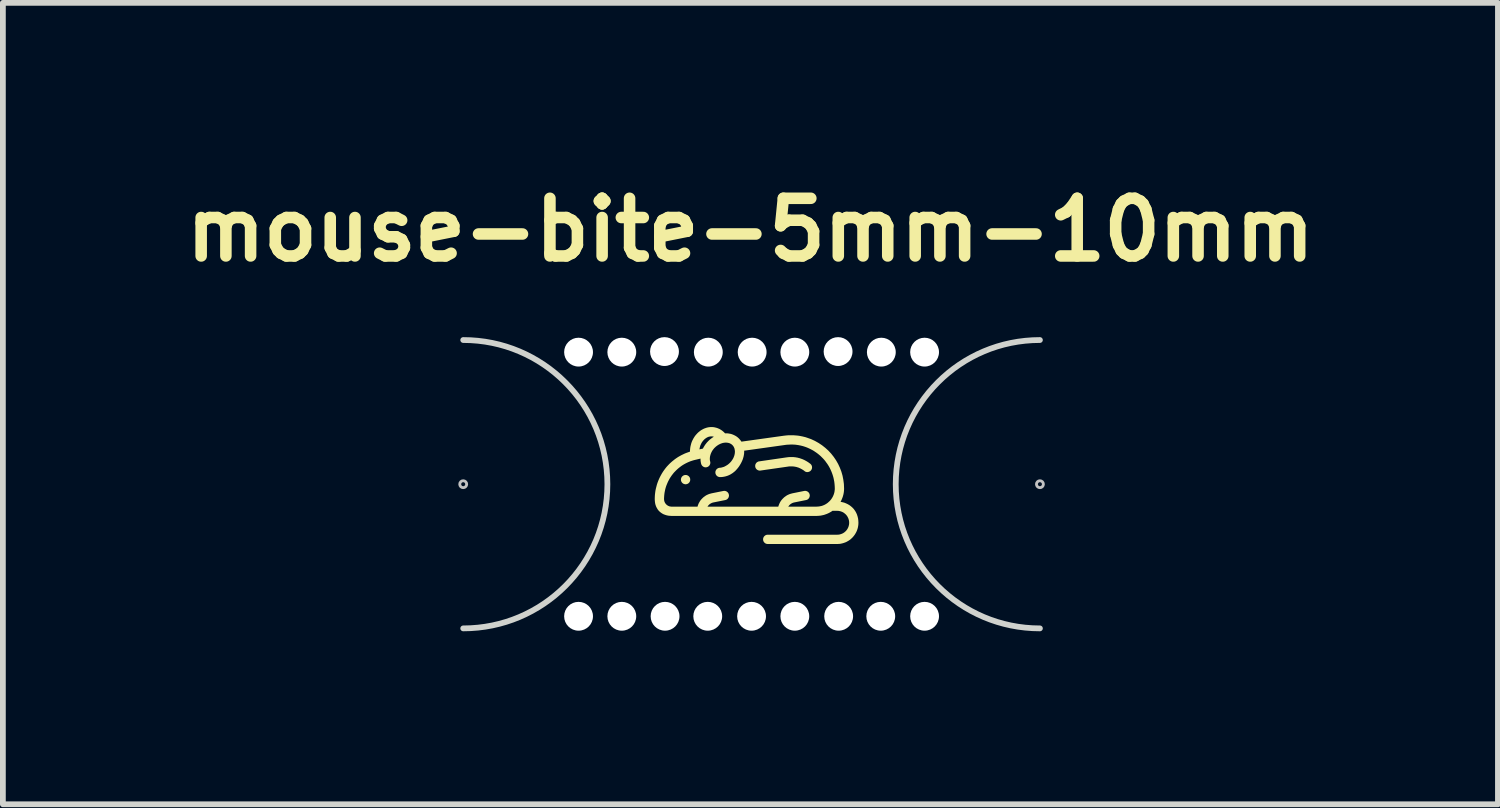
<source format=kicad_pcb>
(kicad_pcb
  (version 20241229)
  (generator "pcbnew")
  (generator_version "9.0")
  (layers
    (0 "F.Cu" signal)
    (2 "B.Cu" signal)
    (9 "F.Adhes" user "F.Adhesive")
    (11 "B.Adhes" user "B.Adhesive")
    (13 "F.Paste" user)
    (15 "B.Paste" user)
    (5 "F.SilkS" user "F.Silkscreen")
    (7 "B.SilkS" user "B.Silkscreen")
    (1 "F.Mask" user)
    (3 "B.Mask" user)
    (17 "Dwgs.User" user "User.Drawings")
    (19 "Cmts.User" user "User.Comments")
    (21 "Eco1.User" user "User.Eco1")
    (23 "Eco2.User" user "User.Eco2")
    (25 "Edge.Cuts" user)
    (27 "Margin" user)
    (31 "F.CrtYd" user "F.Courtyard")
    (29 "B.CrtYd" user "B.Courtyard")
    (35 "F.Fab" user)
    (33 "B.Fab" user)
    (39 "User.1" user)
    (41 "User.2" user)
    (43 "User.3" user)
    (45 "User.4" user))
  (footprint "mouse-bite-5mm-10mm"
    (layer "F.Cu")
    (at 9.982 5.346)
    (property "Reference" "mouse-bite-5mm-10mm" (at -0.02 -4.41 0) (layer "F.SilkS") (effects (font (size 1 1) (thickness 0.2))))
    (attr through_hole)
    (fp_poly (pts (xy -1.14 -0.16) (xy -1.136 -0.16) (xy -1.132 -0.159) (xy -1.128 -0.158) (xy -1.124 -0.158) (xy -1.12 -0.156) (xy -1.116 -0.155) (xy -1.113 -0.154) (xy -1.109 -0.152) (xy -1.106 -0.15) (xy -1.102 -0.148) (xy -1.099 -0.146) (xy -1.096 -0.144) (xy -1.093 -0.142) (xy -1.09 -0.139) (xy -1.087 -0.136) (xy -1.085 -0.134) (xy -1.082 -0.131) (xy -1.08 -0.128) (xy -1.077 -0.125) (xy -1.075 -0.121) (xy -1.073 -0.118) (xy -1.072 -0.114) (xy -1.07 -0.111) (xy -1.068 -0.107) (xy -1.067 -0.103) (xy -1.066 -0.1) (xy -1.065 -0.096) (xy -1.065 -0.092) (xy -1.064 -0.088) (xy -1.064 -0.084) (xy -1.064 -0.08) (xy -1.064 -0.075) (xy -1.064 -0.071) (xy -1.065 -0.067) (xy -1.065 -0.063) (xy -1.066 -0.059) (xy -1.067 -0.056) (xy -1.068 -0.052) (xy -1.07 -0.048) (xy -1.072 -0.045) (xy -1.073 -0.041) (xy -1.075 -0.038) (xy -1.077 -0.035) (xy -1.08 -0.031) (xy -1.082 -0.028) (xy -1.085 -0.025) (xy -1.087 -0.023) (xy -1.09 -0.02) (xy -1.093 -0.017) (xy -1.096 -0.015) (xy -1.099 -0.013) (xy -1.102 -0.011) (xy -1.106 -0.009) (xy -1.109 -0.007) (xy -1.113 -0.005) (xy -1.116 -0.004) (xy -1.12 -0.003) (xy -1.124 -0.002) (xy -1.128 -0.001) (xy -1.132 0.000097) (xy -1.136 0.001) (xy -1.14 0.001) (xy -1.144 0.001) (xy -1.148 0.001) (xy -1.152 0.001) (xy -1.156 0.000097) (xy -1.16 -0.001) (xy -1.164 -0.002) (xy -1.168 -0.003) (xy -1.172 -0.004) (xy -1.175 -0.005) (xy -1.179 -0.007) (xy -1.183 -0.009) (xy -1.186 -0.011) (xy -1.189 -0.013) (xy -1.192 -0.015) (xy -1.195 -0.017) (xy -1.198 -0.02) (xy -1.201 -0.023) (xy -1.204 -0.025) (xy -1.206 -0.028) (xy -1.209 -0.031) (xy -1.211 -0.035) (xy -1.213 -0.038) (xy -1.215 -0.041) (xy -1.217 -0.045) (xy -1.218 -0.048) (xy -1.22 -0.052) (xy -1.221 -0.056) (xy -1.222 -0.059) (xy -1.223 -0.063) (xy -1.224 -0.067) (xy -1.224 -0.071) (xy -1.225 -0.075) (xy -1.225 -0.08) (xy -1.225 -0.084) (xy -1.224 -0.088) (xy -1.224 -0.092) (xy -1.223 -0.096) (xy -1.222 -0.1) (xy -1.221 -0.103) (xy -1.22 -0.107) (xy -1.218 -0.111) (xy -1.217 -0.114) (xy -1.215 -0.118) (xy -1.213 -0.121) (xy -1.211 -0.125) (xy -1.209 -0.128) (xy -1.206 -0.131) (xy -1.204 -0.134) (xy -1.201 -0.136) (xy -1.198 -0.139) (xy -1.195 -0.142) (xy -1.192 -0.144) (xy -1.189 -0.146) (xy -1.186 -0.148) (xy -1.183 -0.15) (xy -1.179 -0.152) (xy -1.175 -0.154) (xy -1.172 -0.155) (xy -1.168 -0.156) (xy -1.164 -0.158) (xy -1.16 -0.158) (xy -1.156 -0.159) (xy -1.152 -0.16) (xy -1.148 -0.16) (xy -1.144 -0.16)) (stroke (width -0.000001) (type solid)) (fill yes) (layer "F.SilkS"))
    (fp_poly (pts (xy 0.699 -0.471) (xy 0.715 -0.471) (xy 0.73 -0.47) (xy 0.745 -0.468) (xy 0.76 -0.467) (xy 0.774 -0.464) (xy 0.789 -0.462) (xy 0.803 -0.459) (xy 0.817 -0.455) (xy 0.831 -0.452) (xy 0.845 -0.447) (xy 0.857 -0.443) (xy 0.868 -0.439) (xy 0.88 -0.435) (xy 0.891 -0.43) (xy 0.903 -0.425) (xy 0.914 -0.42) (xy 0.925 -0.414) (xy 0.936 -0.408) (xy 0.946 -0.403) (xy 0.957 -0.396) (xy 0.968 -0.39) (xy 0.978 -0.383) (xy 0.988 -0.377) (xy 0.998 -0.369) (xy 1.008 -0.362) (xy 1.018 -0.355) (xy 1.021 -0.352) (xy 1.024 -0.349) (xy 1.027 -0.346) (xy 1.03 -0.343) (xy 1.032 -0.34) (xy 1.035 -0.337) (xy 1.037 -0.334) (xy 1.039 -0.33) (xy 1.041 -0.327) (xy 1.042 -0.323) (xy 1.044 -0.32) (xy 1.045 -0.316) (xy 1.046 -0.312) (xy 1.047 -0.308) (xy 1.048 -0.305) (xy 1.048 -0.301) (xy 1.048 -0.297) (xy 1.049 -0.293) (xy 1.049 -0.289) (xy 1.048 -0.285) (xy 1.048 -0.282) (xy 1.047 -0.278) (xy 1.047 -0.274) (xy 1.046 -0.27) (xy 1.045 -0.266) (xy 1.043 -0.263) (xy 1.042 -0.259) (xy 1.04 -0.255) (xy 1.038 -0.252) (xy 1.036 -0.248) (xy 1.034 -0.245) (xy 1.031 -0.241) (xy 1.028 -0.238) (xy 1.025 -0.234) (xy 1.021 -0.231) (xy 1.018 -0.228) (xy 1.014 -0.225) (xy 1.01 -0.223) (xy 1.007 -0.221) (xy 1.003 -0.219) (xy 0.998 -0.217) (xy 0.994 -0.215) (xy 0.99 -0.214) (xy 0.986 -0.213) (xy 0.981 -0.212) (xy 0.977 -0.211) (xy 0.972 -0.211) (xy 0.968 -0.211) (xy 0.963 -0.211) (xy 0.959 -0.211) (xy 0.955 -0.211) (xy 0.952 -0.212) (xy 0.948 -0.213) (xy 0.945 -0.213) (xy 0.942 -0.214) (xy 0.939 -0.215) (xy 0.936 -0.216) (xy 0.934 -0.218) (xy 0.931 -0.219) (xy 0.928 -0.221) (xy 0.926 -0.222) (xy 0.923 -0.224) (xy 0.92 -0.226) (xy 0.918 -0.228) (xy 0.911 -0.234) (xy 0.904 -0.239) (xy 0.897 -0.244) (xy 0.889 -0.249) (xy 0.882 -0.253) (xy 0.875 -0.258) (xy 0.867 -0.262) (xy 0.86 -0.266) (xy 0.852 -0.27) (xy 0.844 -0.274) (xy 0.836 -0.278) (xy 0.828 -0.281) (xy 0.82 -0.285) (xy 0.812 -0.288) (xy 0.804 -0.291) (xy 0.795 -0.293) (xy 0.789 -0.295) (xy 0.783 -0.297) (xy 0.776 -0.299) (xy 0.77 -0.3) (xy 0.757 -0.303) (xy 0.743 -0.305) (xy 0.73 -0.307) (xy 0.716 -0.308) (xy 0.702 -0.309) (xy 0.687 -0.309) (xy 0.675 -0.309) (xy 0.665 -0.309) (xy 0.657 -0.309) (xy 0.651 -0.308) (xy 0.646 -0.308) (xy 0.641 -0.307) (xy 0.629 -0.305) (xy 0.155 -0.237) (xy 0.151 -0.236) (xy 0.147 -0.236) (xy 0.143 -0.236) (xy 0.139 -0.236) (xy 0.135 -0.236) (xy 0.131 -0.237) (xy 0.127 -0.238) (xy 0.123 -0.238) (xy 0.119 -0.24) (xy 0.115 -0.241) (xy 0.112 -0.242) (xy 0.108 -0.244) (xy 0.105 -0.246) (xy 0.101 -0.248) (xy 0.098 -0.25) (xy 0.095 -0.252) (xy 0.092 -0.254) (xy 0.089 -0.257) (xy 0.086 -0.26) (xy 0.084 -0.262) (xy 0.081 -0.265) (xy 0.079 -0.268) (xy 0.076 -0.272) (xy 0.074 -0.275) (xy 0.072 -0.278) (xy 0.071 -0.282) (xy 0.069 -0.285) (xy 0.067 -0.289) (xy 0.066 -0.293) (xy 0.065 -0.297) (xy 0.064 -0.301) (xy 0.064 -0.305) (xy 0.063 -0.309) (xy 0.063 -0.313) (xy 0.063 -0.317) (xy 0.063 -0.321) (xy 0.063 -0.325) (xy 0.064 -0.329) (xy 0.064 -0.333) (xy 0.065 -0.337) (xy 0.066 -0.341) (xy 0.068 -0.344) (xy 0.069 -0.348) (xy 0.071 -0.352) (xy 0.073 -0.355) (xy 0.074 -0.358) (xy 0.077 -0.362) (xy 0.079 -0.365) (xy 0.081 -0.368) (xy 0.084 -0.371) (xy 0.086 -0.374) (xy 0.089 -0.376) (xy 0.092 -0.379) (xy 0.095 -0.381) (xy 0.098 -0.383) (xy 0.102 -0.385) (xy 0.105 -0.387) (xy 0.109 -0.389) (xy 0.112 -0.391) (xy 0.116 -0.392) (xy 0.12 -0.394) (xy 0.124 -0.395) (xy 0.128 -0.396) (xy 0.132 -0.396) (xy 0.606 -0.465) (xy 0.622 -0.467) (xy 0.638 -0.469) (xy 0.653 -0.47) (xy 0.669 -0.471) (xy 0.684 -0.471)) (stroke (width -0.000001) (type solid)) (fill yes) (layer "F.SilkS"))
    (fp_poly (pts (xy -0.669 -0.99) (xy -0.651 -0.988) (xy -0.637 -0.985) (xy -0.624 -0.982) (xy -0.611 -0.979) (xy -0.597 -0.974) (xy -0.584 -0.97) (xy -0.572 -0.964) (xy -0.559 -0.959) (xy -0.547 -0.952) (xy -0.535 -0.945) (xy -0.524 -0.938) (xy -0.512 -0.93) (xy -0.501 -0.921) (xy -0.49 -0.912) (xy -0.48 -0.903) (xy -0.47 -0.893) (xy -0.46 -0.882) (xy -0.447 -0.882) (xy -0.433 -0.882) (xy -0.42 -0.882) (xy -0.407 -0.88) (xy -0.394 -0.879) (xy -0.381 -0.876) (xy -0.368 -0.874) (xy -0.355 -0.871) (xy -0.343 -0.867) (xy -0.331 -0.863) (xy -0.319 -0.858) (xy -0.307 -0.853) (xy -0.295 -0.847) (xy -0.284 -0.841) (xy -0.273 -0.835) (xy -0.262 -0.828) (xy -0.255 -0.823) (xy -0.249 -0.818) (xy -0.243 -0.814) (xy -0.237 -0.809) (xy -0.231 -0.803) (xy -0.225 -0.798) (xy -0.22 -0.793) (xy -0.214 -0.787) (xy -0.209 -0.781) (xy -0.204 -0.775) (xy -0.199 -0.769) (xy -0.194 -0.763) (xy -0.189 -0.757) (xy -0.184 -0.751) (xy -0.18 -0.744) (xy -0.176 -0.738) (xy 0.554 -0.84) (xy 0.58 -0.843) (xy 0.606 -0.846) (xy 0.632 -0.848) (xy 0.658 -0.849) (xy 0.684 -0.849) (xy 0.71 -0.849) (xy 0.736 -0.848) (xy 0.762 -0.846) (xy 0.787 -0.844) (xy 0.813 -0.841) (xy 0.838 -0.837) (xy 0.863 -0.832) (xy 0.888 -0.827) (xy 0.912 -0.821) (xy 0.936 -0.815) (xy 0.96 -0.807) (xy 1.031 -0.782) (xy 1.098 -0.751) (xy 1.162 -0.715) (xy 1.222 -0.675) (xy 1.279 -0.63) (xy 1.332 -0.582) (xy 1.381 -0.529) (xy 1.425 -0.473) (xy 1.465 -0.414) (xy 1.501 -0.351) (xy 1.531 -0.286) (xy 1.557 -0.218) (xy 1.577 -0.149) (xy 1.591 -0.077) (xy 1.601 -0.003) (xy 1.604 0.072) (xy 1.604 0.088) (xy 1.603 0.103) (xy 1.602 0.119) (xy 1.6 0.134) (xy 1.598 0.15) (xy 1.595 0.165) (xy 1.592 0.18) (xy 1.588 0.194) (xy 1.584 0.209) (xy 1.58 0.223) (xy 1.574 0.237) (xy 1.569 0.251) (xy 1.563 0.265) (xy 1.557 0.279) (xy 1.55 0.292) (xy 1.543 0.305) (xy 1.575 0.312) (xy 1.607 0.32) (xy 1.637 0.332) (xy 1.665 0.345) (xy 1.679 0.353) (xy 1.693 0.361) (xy 1.706 0.37) (xy 1.718 0.379) (xy 1.73 0.389) (xy 1.742 0.399) (xy 1.753 0.41) (xy 1.764 0.421) (xy 1.774 0.433) (xy 1.783 0.445) (xy 1.792 0.458) (xy 1.801 0.472) (xy 1.809 0.486) (xy 1.816 0.5) (xy 1.823 0.515) (xy 1.829 0.53) (xy 1.834 0.546) (xy 1.839 0.562) (xy 1.843 0.579) (xy 1.847 0.596) (xy 1.849 0.613) (xy 1.851 0.631) (xy 1.852 0.65) (xy 1.853 0.669) (xy 1.852 0.688) (xy 1.851 0.706) (xy 1.848 0.725) (xy 1.845 0.743) (xy 1.841 0.761) (xy 1.836 0.778) (xy 1.83 0.795) (xy 1.824 0.812) (xy 1.816 0.828) (xy 1.808 0.844) (xy 1.799 0.859) (xy 1.79 0.874) (xy 1.779 0.889) (xy 1.768 0.903) (xy 1.757 0.916) (xy 1.745 0.929) (xy 1.732 0.941) (xy 1.719 0.953) (xy 1.705 0.964) (xy 1.69 0.974) (xy 1.675 0.984) (xy 1.66 0.992) (xy 1.644 1.001) (xy 1.628 1.008) (xy 1.611 1.014) (xy 1.594 1.02) (xy 1.576 1.025) (xy 1.559 1.029) (xy 1.54 1.033) (xy 1.522 1.035) (xy 1.503 1.036) (xy 1.484 1.037) (xy 0.28 1.037) (xy 0.276 1.037) (xy 0.272 1.036) (xy 0.268 1.036) (xy 0.264 1.035) (xy 0.26 1.034) (xy 0.256 1.033) (xy 0.253 1.032) (xy 0.249 1.031) (xy 0.245 1.029) (xy 0.242 1.027) (xy 0.238 1.025) (xy 0.235 1.023) (xy 0.232 1.021) (xy 0.229 1.018) (xy 0.226 1.016) (xy 0.223 1.013) (xy 0.221 1.01) (xy 0.218 1.008) (xy 0.216 1.004) (xy 0.213 1.001) (xy 0.211 0.998) (xy 0.209 0.995) (xy 0.208 0.991) (xy 0.206 0.988) (xy 0.205 0.984) (xy 0.203 0.98) (xy 0.202 0.976) (xy 0.201 0.973) (xy 0.201 0.969) (xy 0.2 0.965) (xy 0.2 0.96) (xy 0.2 0.956) (xy 0.2 0.952) (xy 0.2 0.948) (xy 0.201 0.944) (xy 0.201 0.94) (xy 0.202 0.936) (xy 0.203 0.932) (xy 0.205 0.929) (xy 0.206 0.925) (xy 0.208 0.921) (xy 0.209 0.918) (xy 0.211 0.915) (xy 0.213 0.911) (xy 0.216 0.908) (xy 0.218 0.905) (xy 0.221 0.902) (xy 0.223 0.899) (xy 0.226 0.897) (xy 0.229 0.894) (xy 0.232 0.892) (xy 0.235 0.89) (xy 0.238 0.887) (xy 0.242 0.885) (xy 0.245 0.884) (xy 0.249 0.882) (xy 0.253 0.881) (xy 0.256 0.879) (xy 0.26 0.878) (xy 0.264 0.877) (xy 0.268 0.877) (xy 0.272 0.876) (xy 0.276 0.876) (xy 0.28 0.876) (xy 1.485 0.876) (xy 1.495 0.875) (xy 1.506 0.875) (xy 1.516 0.873) (xy 1.526 0.872) (xy 1.536 0.869) (xy 1.546 0.866) (xy 1.556 0.863) (xy 1.565 0.859) (xy 1.575 0.855) (xy 1.583 0.851) (xy 1.592 0.846) (xy 1.601 0.84) (xy 1.609 0.835) (xy 1.616 0.828) (xy 1.624 0.822) (xy 1.631 0.815) (xy 1.638 0.808) (xy 1.645 0.8) (xy 1.651 0.792) (xy 1.657 0.784) (xy 1.662 0.776) (xy 1.667 0.767) (xy 1.671 0.758) (xy 1.676 0.749) (xy 1.679 0.74) (xy 1.683 0.73) (xy 1.685 0.72) (xy 1.688 0.71) (xy 1.69 0.7) (xy 1.691 0.69) (xy 1.692 0.679) (xy 1.692 0.669) (xy 1.692 0.658) (xy 1.691 0.647) (xy 1.69 0.637) (xy 1.688 0.627) (xy 1.685 0.617) (xy 1.683 0.607) (xy 1.679 0.597) (xy 1.676 0.588) (xy 1.671 0.579) (xy 1.667 0.57) (xy 1.662 0.561) (xy 1.657 0.553) (xy 1.651 0.545) (xy 1.645 0.537) (xy 1.638 0.529) (xy 1.631 0.522) (xy 1.624 0.515) (xy 1.616 0.509) (xy 1.609 0.503) (xy 1.601 0.497) (xy 1.592 0.491) (xy 1.583 0.486) (xy 1.575 0.482) (xy 1.565 0.478) (xy 1.556 0.474) (xy 1.546 0.471) (xy 1.536 0.468) (xy 1.526 0.466) (xy 1.516 0.464) (xy 1.506 0.462) (xy 1.495 0.462) (xy 1.485 0.461) (xy 1.403 0.461) (xy 1.388 0.472) (xy 1.373 0.481) (xy 1.357 0.49) (xy 1.341 0.499) (xy 1.325 0.506) (xy 1.308 0.514) (xy 1.291 0.52) (xy 1.274 0.526) (xy 1.257 0.532) (xy 1.239 0.536) (xy 1.221 0.54) (xy 1.202 0.544) (xy 1.184 0.546) (xy 1.165 0.548) (xy 1.146 0.549) (xy 1.127 0.55) (xy -1.387 0.55) (xy -1.417 0.548) (xy -1.431 0.547) (xy -1.446 0.545) (xy -1.46 0.542) (xy -1.474 0.539) (xy -1.487 0.535) (xy -1.5 0.531) (xy -1.513 0.526) (xy -1.526 0.521) (xy -1.538 0.515) (xy -1.55 0.508) (xy -1.561 0.501) (xy -1.572 0.493) (xy -1.583 0.485) (xy -1.593 0.476) (xy -1.603 0.467) (xy -1.612 0.457) (xy -1.621 0.446) (xy -1.629 0.435) (xy -1.636 0.423) (xy -1.643 0.411) (xy -1.65 0.398) (xy -1.656 0.385) (xy -1.661 0.371) (xy -1.666 0.356) (xy -1.67 0.341) (xy -1.673 0.326) (xy -1.675 0.31) (xy -1.677 0.293) (xy -1.678 0.276) (xy -1.679 0.258) (xy -1.518 0.258) (xy -1.517 0.265) (xy -1.517 0.272) (xy -1.516 0.278) (xy -1.515 0.284) (xy -1.513 0.291) (xy -1.512 0.297) (xy -1.51 0.303) (xy -1.507 0.309) (xy -1.505 0.315) (xy -1.502 0.32) (xy -1.499 0.326) (xy -1.495 0.331) (xy -1.492 0.336) (xy -1.488 0.341) (xy -1.484 0.346) (xy -1.479 0.35) (xy -1.475 0.355) (xy -1.47 0.359) (xy -1.465 0.363) (xy -1.46 0.366) (xy -1.455 0.37) (xy -1.449 0.373) (xy -1.444 0.376) (xy -1.438 0.378) (xy -1.432 0.381) (xy -1.426 0.383) (xy -1.42 0.385) (xy -1.413 0.386) (xy -1.407 0.387) (xy -1.4 0.388) (xy -1.394 0.389) (xy -1.387 0.389) (xy -0.937 0.389) (xy -0.931 0.368) (xy -0.923 0.347) (xy -0.914 0.327) (xy -0.903 0.308) (xy -0.892 0.289) (xy -0.879 0.272) (xy -0.864 0.255) (xy -0.849 0.24) (xy -0.833 0.225) (xy -0.815 0.212) (xy -0.797 0.199) (xy -0.778 0.188) (xy -0.758 0.179) (xy -0.737 0.17) (xy -0.715 0.164) (xy -0.693 0.158) (xy -0.489 0.117) (xy -0.484 0.117) (xy -0.48 0.116) (xy -0.476 0.116) (xy -0.472 0.116) (xy -0.468 0.116) (xy -0.464 0.116) (xy -0.46 0.117) (xy -0.456 0.117) (xy -0.453 0.118) (xy -0.449 0.119) (xy -0.445 0.121) (xy -0.442 0.122) (xy -0.438 0.124) (xy -0.435 0.125) (xy -0.431 0.127) (xy -0.428 0.129) (xy -0.425 0.131) (xy -0.422 0.134) (xy -0.419 0.136) (xy -0.416 0.139) (xy -0.413 0.142) (xy -0.411 0.145) (xy -0.408 0.148) (xy -0.406 0.151) (xy -0.404 0.154) (xy -0.402 0.158) (xy -0.4 0.161) (xy -0.398 0.165) (xy -0.397 0.169) (xy -0.396 0.172) (xy -0.395 0.176) (xy -0.394 0.18) (xy -0.393 0.185) (xy -0.392 0.189) (xy -0.392 0.193) (xy -0.392 0.197) (xy -0.392 0.201) (xy -0.392 0.205) (xy -0.393 0.209) (xy -0.394 0.212) (xy -0.395 0.216) (xy -0.396 0.22) (xy -0.397 0.224) (xy -0.398 0.227) (xy -0.4 0.231) (xy -0.402 0.234) (xy -0.403 0.238) (xy -0.406 0.241) (xy -0.408 0.244) (xy -0.41 0.247) (xy -0.413 0.25) (xy -0.415 0.253) (xy -0.418 0.256) (xy -0.421 0.258) (xy -0.424 0.261) (xy -0.427 0.263) (xy -0.431 0.265) (xy -0.434 0.267) (xy -0.438 0.269) (xy -0.441 0.27) (xy -0.445 0.272) (xy -0.449 0.273) (xy -0.453 0.274) (xy -0.457 0.275) (xy -0.661 0.316) (xy -0.669 0.318) (xy -0.677 0.32) (xy -0.685 0.323) (xy -0.693 0.326) (xy -0.7 0.33) (xy -0.707 0.333) (xy -0.714 0.338) (xy -0.721 0.342) (xy -0.727 0.347) (xy -0.734 0.352) (xy -0.739 0.358) (xy -0.745 0.363) (xy -0.75 0.369) (xy -0.755 0.376) (xy -0.76 0.382) (xy -0.764 0.389) (xy 0.463 0.389) (xy 0.47 0.368) (xy 0.478 0.347) (xy 0.487 0.327) (xy 0.497 0.308) (xy 0.509 0.289) (xy 0.522 0.272) (xy 0.537 0.255) (xy 0.552 0.24) (xy 0.568 0.225) (xy 0.586 0.212) (xy 0.604 0.199) (xy 0.623 0.188) (xy 0.643 0.179) (xy 0.664 0.17) (xy 0.686 0.164) (xy 0.708 0.158) (xy 0.912 0.117) (xy 0.917 0.117) (xy 0.921 0.116) (xy 0.925 0.116) (xy 0.929 0.116) (xy 0.933 0.116) (xy 0.937 0.116) (xy 0.941 0.117) (xy 0.944 0.117) (xy 0.948 0.118) (xy 0.952 0.119) (xy 0.956 0.121) (xy 0.959 0.122) (xy 0.963 0.124) (xy 0.966 0.125) (xy 0.97 0.127) (xy 0.973 0.129) (xy 0.976 0.131) (xy 0.979 0.134) (xy 0.982 0.136) (xy 0.985 0.139) (xy 0.988 0.142) (xy 0.99 0.145) (xy 0.993 0.148) (xy 0.995 0.151) (xy 0.997 0.154) (xy 0.999 0.158) (xy 1.001 0.161) (xy 1.003 0.165) (xy 1.004 0.169) (xy 1.005 0.172) (xy 1.006 0.176) (xy 1.007 0.18) (xy 1.008 0.185) (xy 1.009 0.189) (xy 1.009 0.193) (xy 1.009 0.197) (xy 1.009 0.201) (xy 1.008 0.205) (xy 1.008 0.209) (xy 1.007 0.212) (xy 1.006 0.216) (xy 1.005 0.22) (xy 1.004 0.224) (xy 1.003 0.227) (xy 1.001 0.231) (xy 0.999 0.234) (xy 0.997 0.238) (xy 0.995 0.241) (xy 0.993 0.244) (xy 0.991 0.247) (xy 0.988 0.25) (xy 0.986 0.253) (xy 0.983 0.256) (xy 0.98 0.258) (xy 0.977 0.261) (xy 0.974 0.263) (xy 0.97 0.265) (xy 0.967 0.267) (xy 0.963 0.269) (xy 0.96 0.27) (xy 0.956 0.272) (xy 0.952 0.273) (xy 0.948 0.274) (xy 0.944 0.275) (xy 0.74 0.316) (xy 0.732 0.318) (xy 0.724 0.32) (xy 0.716 0.323) (xy 0.708 0.326) (xy 0.701 0.33) (xy 0.694 0.333) (xy 0.687 0.338) (xy 0.68 0.342) (xy 0.674 0.347) (xy 0.667 0.352) (xy 0.662 0.358) (xy 0.656 0.363) (xy 0.651 0.369) (xy 0.646 0.376) (xy 0.641 0.382) (xy 0.637 0.389) (xy 1.127 0.389) (xy 1.127 0.389) (xy 1.143 0.388) (xy 1.159 0.387) (xy 1.175 0.385) (xy 1.19 0.382) (xy 1.206 0.379) (xy 1.221 0.375) (xy 1.235 0.37) (xy 1.25 0.364) (xy 1.264 0.358) (xy 1.277 0.351) (xy 1.291 0.343) (xy 1.303 0.335) (xy 1.316 0.326) (xy 1.328 0.316) (xy 1.339 0.306) (xy 1.35 0.296) (xy 1.361 0.285) (xy 1.371 0.273) (xy 1.38 0.262) (xy 1.389 0.249) (xy 1.397 0.236) (xy 1.405 0.223) (xy 1.412 0.209) (xy 1.418 0.195) (xy 1.424 0.181) (xy 1.429 0.166) (xy 1.433 0.151) (xy 1.437 0.136) (xy 1.439 0.121) (xy 1.441 0.105) (xy 1.443 0.089) (xy 1.443 0.072) (xy 1.442 0.041) (xy 1.44 0.011) (xy 1.437 -0.02) (xy 1.433 -0.05) (xy 1.427 -0.08) (xy 1.421 -0.109) (xy 1.413 -0.138) (xy 1.404 -0.167) (xy 1.394 -0.195) (xy 1.383 -0.223) (xy 1.371 -0.25) (xy 1.358 -0.277) (xy 1.344 -0.303) (xy 1.329 -0.328) (xy 1.313 -0.353) (xy 1.295 -0.377) (xy 1.278 -0.401) (xy 1.259 -0.424) (xy 1.239 -0.446) (xy 1.218 -0.467) (xy 1.197 -0.488) (xy 1.175 -0.507) (xy 1.152 -0.526) (xy 1.128 -0.544) (xy 1.103 -0.561) (xy 1.078 -0.578) (xy 1.052 -0.593) (xy 1.025 -0.607) (xy 0.998 -0.62) (xy 0.969 -0.633) (xy 0.941 -0.644) (xy 0.911 -0.654) (xy 0.892 -0.66) (xy 0.872 -0.665) (xy 0.852 -0.67) (xy 0.831 -0.674) (xy 0.811 -0.678) (xy 0.79 -0.681) (xy 0.769 -0.684) (xy 0.748 -0.686) (xy 0.727 -0.687) (xy 0.706 -0.688) (xy 0.684 -0.688) (xy 0.663 -0.687) (xy 0.641 -0.686) (xy 0.62 -0.685) (xy 0.598 -0.683) (xy 0.577 -0.68) (xy -0.129 -0.581) (xy -0.128 -0.563) (xy -0.129 -0.546) (xy -0.13 -0.528) (xy -0.133 -0.51) (xy -0.136 -0.492) (xy -0.14 -0.474) (xy -0.145 -0.457) (xy -0.15 -0.439) (xy -0.157 -0.421) (xy -0.164 -0.404) (xy -0.172 -0.387) (xy -0.181 -0.369) (xy -0.19 -0.352) (xy -0.2 -0.336) (xy -0.21 -0.319) (xy -0.221 -0.303) (xy -0.233 -0.287) (xy -0.245 -0.272) (xy -0.257 -0.258) (xy -0.269 -0.245) (xy -0.281 -0.232) (xy -0.293 -0.221) (xy -0.306 -0.211) (xy -0.318 -0.201) (xy -0.33 -0.192) (xy -0.343 -0.184) (xy -0.355 -0.176) (xy -0.367 -0.169) (xy -0.379 -0.163) (xy -0.391 -0.157) (xy -0.403 -0.152) (xy -0.415 -0.147) (xy -0.437 -0.14) (xy -0.458 -0.134) (xy -0.478 -0.13) (xy -0.496 -0.127) (xy -0.512 -0.125) (xy -0.526 -0.124) (xy -0.547 -0.124) (xy -0.551 -0.124) (xy -0.555 -0.124) (xy -0.559 -0.124) (xy -0.563 -0.125) (xy -0.566 -0.126) (xy -0.57 -0.127) (xy -0.573 -0.128) (xy -0.577 -0.129) (xy -0.58 -0.131) (xy -0.584 -0.132) (xy -0.587 -0.134) (xy -0.59 -0.136) (xy -0.593 -0.138) (xy -0.596 -0.14) (xy -0.599 -0.143) (xy -0.602 -0.145) (xy -0.604 -0.148) (xy -0.607 -0.15) (xy -0.609 -0.153) (xy -0.612 -0.156) (xy -0.614 -0.159) (xy -0.616 -0.162) (xy -0.618 -0.166) (xy -0.619 -0.169) (xy -0.621 -0.172) (xy -0.622 -0.176) (xy -0.624 -0.18) (xy -0.625 -0.183) (xy -0.626 -0.187) (xy -0.626 -0.191) (xy -0.627 -0.195) (xy -0.627 -0.199) (xy -0.628 -0.203) (xy -0.628 -0.207) (xy -0.627 -0.211) (xy -0.627 -0.215) (xy -0.626 -0.219) (xy -0.626 -0.223) (xy -0.625 -0.227) (xy -0.623 -0.23) (xy -0.622 -0.234) (xy -0.62 -0.238) (xy -0.619 -0.241) (xy -0.617 -0.245) (xy -0.615 -0.248) (xy -0.613 -0.251) (xy -0.61 -0.254) (xy -0.608 -0.257) (xy -0.605 -0.26) (xy -0.603 -0.263) (xy -0.6 -0.265) (xy -0.597 -0.268) (xy -0.594 -0.27) (xy -0.59 -0.272) (xy -0.587 -0.274) (xy -0.584 -0.276) (xy -0.58 -0.278) (xy -0.576 -0.279) (xy -0.573 -0.281) (xy -0.569 -0.282) (xy -0.565 -0.283) (xy -0.561 -0.284) (xy -0.557 -0.284) (xy -0.553 -0.285) (xy -0.539 -0.286) (xy -0.525 -0.288) (xy -0.511 -0.292) (xy -0.497 -0.296) (xy -0.483 -0.3) (xy -0.469 -0.306) (xy -0.456 -0.313) (xy -0.443 -0.32) (xy -0.43 -0.328) (xy -0.417 -0.336) (xy -0.405 -0.345) (xy -0.393 -0.355) (xy -0.381 -0.366) (xy -0.37 -0.377) (xy -0.359 -0.389) (xy -0.349 -0.401) (xy -0.341 -0.413) (xy -0.333 -0.424) (xy -0.326 -0.436) (xy -0.319 -0.448) (xy -0.313 -0.46) (xy -0.308 -0.473) (xy -0.303 -0.485) (xy -0.299 -0.497) (xy -0.296 -0.51) (xy -0.293 -0.522) (xy -0.291 -0.534) (xy -0.29 -0.547) (xy -0.289 -0.559) (xy -0.289 -0.571) (xy -0.29 -0.583) (xy -0.292 -0.595) (xy -0.293 -0.6) (xy -0.294 -0.606) (xy -0.295 -0.613) (xy -0.297 -0.619) (xy -0.299 -0.626) (xy -0.302 -0.632) (xy -0.305 -0.639) (xy -0.308 -0.645) (xy -0.312 -0.652) (xy -0.316 -0.659) (xy -0.321 -0.665) (xy -0.326 -0.671) (xy -0.332 -0.678) (xy -0.335 -0.681) (xy -0.338 -0.684) (xy -0.341 -0.686) (xy -0.345 -0.689) (xy -0.349 -0.692) (xy -0.352 -0.695) (xy -0.361 -0.7) (xy -0.369 -0.704) (xy -0.378 -0.709) (xy -0.387 -0.712) (xy -0.396 -0.715) (xy -0.406 -0.717) (xy -0.416 -0.719) (xy -0.426 -0.72) (xy -0.436 -0.721) (xy -0.446 -0.721) (xy -0.456 -0.721) (xy -0.467 -0.72) (xy -0.477 -0.719) (xy -0.488 -0.717) (xy -0.499 -0.715) (xy -0.509 -0.712) (xy -0.52 -0.708) (xy -0.531 -0.705) (xy -0.541 -0.7) (xy -0.552 -0.695) (xy -0.562 -0.69) (xy -0.572 -0.685) (xy -0.582 -0.678) (xy -0.592 -0.672) (xy -0.602 -0.665) (xy -0.612 -0.657) (xy -0.621 -0.65) (xy -0.63 -0.641) (xy -0.639 -0.633) (xy -0.648 -0.624) (xy -0.656 -0.614) (xy -0.664 -0.604) (xy -0.673 -0.592) (xy -0.682 -0.579) (xy -0.689 -0.566) (xy -0.696 -0.553) (xy -0.702 -0.539) (xy -0.708 -0.526) (xy -0.712 -0.512) (xy -0.716 -0.499) (xy -0.719 -0.485) (xy -0.722 -0.472) (xy -0.723 -0.458) (xy -0.724 -0.445) (xy -0.724 -0.432) (xy -0.723 -0.419) (xy -0.721 -0.406) (xy -0.718 -0.394) (xy -0.717 -0.39) (xy -0.716 -0.386) (xy -0.716 -0.382) (xy -0.715 -0.378) (xy -0.715 -0.374) (xy -0.715 -0.37) (xy -0.715 -0.366) (xy -0.716 -0.362) (xy -0.717 -0.358) (xy -0.717 -0.354) (xy -0.718 -0.35) (xy -0.72 -0.347) (xy -0.721 -0.343) (xy -0.723 -0.339) (xy -0.724 -0.336) (xy -0.726 -0.333) (xy -0.728 -0.329) (xy -0.73 -0.326) (xy -0.733 -0.323) (xy -0.735 -0.32) (xy -0.738 -0.317) (xy -0.741 -0.314) (xy -0.744 -0.312) (xy -0.747 -0.309) (xy -0.75 -0.307) (xy -0.753 -0.305) (xy -0.757 -0.303) (xy -0.76 -0.301) (xy -0.764 -0.299) (xy -0.768 -0.298) (xy -0.771 -0.297) (xy -0.775 -0.295) (xy -0.78 -0.295) (xy -0.784 -0.294) (xy -0.788 -0.293) (xy -0.792 -0.293) (xy -0.796 -0.293) (xy -0.8 -0.293) (xy -0.804 -0.293) (xy -0.808 -0.294) (xy -0.811 -0.294) (xy -0.815 -0.295) (xy -0.819 -0.296) (xy -0.823 -0.297) (xy -0.826 -0.299) (xy -0.83 -0.3) (xy -0.833 -0.302) (xy -0.837 -0.304) (xy -0.84 -0.306) (xy -0.843 -0.308) (xy -0.846 -0.311) (xy -0.849 -0.313) (xy -0.852 -0.316) (xy -0.855 -0.318) (xy -0.857 -0.321) (xy -0.86 -0.324) (xy -0.862 -0.328) (xy -0.864 -0.331) (xy -0.866 -0.334) (xy -0.868 -0.338) (xy -0.87 -0.341) (xy -0.871 -0.345) (xy -0.873 -0.349) (xy -0.874 -0.353) (xy -0.877 -0.364) (xy -0.879 -0.375) (xy -0.881 -0.386) (xy -0.883 -0.398) (xy -0.884 -0.409) (xy -0.885 -0.421) (xy -0.885 -0.432) (xy -0.885 -0.444) (xy -0.978 -0.422) (xy -1.006 -0.415) (xy -1.035 -0.406) (xy -1.062 -0.397) (xy -1.089 -0.386) (xy -1.116 -0.374) (xy -1.142 -0.361) (xy -1.168 -0.347) (xy -1.193 -0.332) (xy -1.217 -0.316) (xy -1.241 -0.298) (xy -1.264 -0.28) (xy -1.286 -0.261) (xy -1.307 -0.241) (xy -1.328 -0.22) (xy -1.348 -0.199) (xy -1.366 -0.176) (xy -1.384 -0.153) (xy -1.401 -0.128) (xy -1.417 -0.104) (xy -1.431 -0.078) (xy -1.445 -0.052) (xy -1.457 -0.026) (xy -1.468 0.001) (xy -1.479 0.028) (xy -1.488 0.056) (xy -1.496 0.084) (xy -1.502 0.113) (xy -1.508 0.142) (xy -1.512 0.17) (xy -1.515 0.2) (xy -1.517 0.229) (xy -1.518 0.258) (xy -1.679 0.258) (xy -1.679 0.258) (xy -1.678 0.222) (xy -1.676 0.186) (xy -1.672 0.15) (xy -1.667 0.114) (xy -1.66 0.079) (xy -1.651 0.044) (xy -1.642 0.009) (xy -1.631 -0.025) (xy -1.618 -0.059) (xy -1.604 -0.092) (xy -1.589 -0.124) (xy -1.572 -0.156) (xy -1.554 -0.188) (xy -1.535 -0.218) (xy -1.514 -0.248) (xy -1.493 -0.276) (xy -1.472 -0.302) (xy -1.45 -0.326) (xy -1.427 -0.35) (xy -1.404 -0.372) (xy -1.379 -0.394) (xy -1.354 -0.414) (xy -1.329 -0.434) (xy -1.302 -0.453) (xy -1.275 -0.471) (xy -1.247 -0.487) (xy -1.218 -0.503) (xy -1.189 -0.517) (xy -1.16 -0.531) (xy -1.13 -0.543) (xy -1.099 -0.554) (xy -1.068 -0.565) (xy -1.068 -0.574) (xy -1.068 -0.584) (xy -1.067 -0.593) (xy -1.066 -0.603) (xy -1.066 -0.604) (xy -0.904 -0.604) (xy -0.843 -0.618) (xy -0.838 -0.629) (xy -0.832 -0.64) (xy -0.826 -0.651) (xy -0.819 -0.661) (xy -0.813 -0.672) (xy -0.806 -0.682) (xy -0.799 -0.692) (xy -0.791 -0.702) (xy -0.784 -0.711) (xy -0.777 -0.72) (xy -0.769 -0.729) (xy -0.761 -0.737) (xy -0.753 -0.746) (xy -0.745 -0.754) (xy -0.736 -0.762) (xy -0.728 -0.77) (xy -0.719 -0.777) (xy -0.71 -0.784) (xy -0.701 -0.791) (xy -0.692 -0.798) (xy -0.683 -0.805) (xy -0.673 -0.811) (xy -0.664 -0.817) (xy -0.654 -0.823) (xy -0.657 -0.824) (xy -0.659 -0.825) (xy -0.662 -0.825) (xy -0.664 -0.826) (xy -0.667 -0.826) (xy -0.669 -0.827) (xy -0.672 -0.827) (xy -0.675 -0.828) (xy -0.684 -0.829) (xy -0.694 -0.829) (xy -0.704 -0.829) (xy -0.713 -0.828) (xy -0.723 -0.827) (xy -0.732 -0.825) (xy -0.742 -0.823) (xy -0.751 -0.82) (xy -0.76 -0.816) (xy -0.769 -0.812) (xy -0.778 -0.807) (xy -0.786 -0.802) (xy -0.795 -0.796) (xy -0.803 -0.79) (xy -0.811 -0.784) (xy -0.819 -0.777) (xy -0.827 -0.769) (xy -0.834 -0.761) (xy -0.841 -0.753) (xy -0.848 -0.744) (xy -0.855 -0.735) (xy -0.861 -0.726) (xy -0.867 -0.716) (xy -0.872 -0.706) (xy -0.877 -0.696) (xy -0.882 -0.685) (xy -0.887 -0.674) (xy -0.891 -0.662) (xy -0.894 -0.651) (xy -0.897 -0.639) (xy -0.9 -0.627) (xy -0.902 -0.615) (xy -0.903 -0.612) (xy -0.903 -0.611) (xy -0.904 -0.609) (xy -0.904 -0.608) (xy -0.904 -0.607) (xy -0.904 -0.606) (xy -0.904 -0.606) (xy -0.904 -0.605) (xy -0.904 -0.604) (xy -1.066 -0.604) (xy -1.066 -0.612) (xy -1.064 -0.622) (xy -1.063 -0.631) (xy -1.062 -0.641) (xy -1.058 -0.661) (xy -1.053 -0.681) (xy -1.048 -0.701) (xy -1.042 -0.72) (xy -1.035 -0.739) (xy -1.027 -0.757) (xy -1.018 -0.774) (xy -1.009 -0.792) (xy -0.999 -0.808) (xy -0.989 -0.824) (xy -0.978 -0.84) (xy -0.966 -0.854) (xy -0.954 -0.868) (xy -0.941 -0.882) (xy -0.928 -0.895) (xy -0.914 -0.907) (xy -0.9 -0.918) (xy -0.886 -0.929) (xy -0.871 -0.939) (xy -0.855 -0.948) (xy -0.84 -0.956) (xy -0.824 -0.964) (xy -0.807 -0.97) (xy -0.791 -0.976) (xy -0.774 -0.981) (xy -0.757 -0.985) (xy -0.74 -0.988) (xy -0.722 -0.99) (xy -0.705 -0.991) (xy -0.687 -0.991)) (stroke (width -0.000001) (type solid)) (fill yes) (layer "F.SilkS"))
    (fp_circle (center -5 0) (end -4.94 0) (stroke (width 0.05) (type solid)) (fill no) (layer "Dwgs.User"))
    (fp_circle (center 5 0) (end 5.06 0) (stroke (width 0.05) (type solid)) (fill no) (layer "Dwgs.User"))
    (fp_arc (start -5 -2.5) (mid -2.5 0) (end -5 2.5) (stroke (width 0.1) (type solid)) (layer "Edge.Cuts"))
    (fp_arc (start 5 2.5) (mid 2.5 0) (end 5 -2.5) (stroke (width 0.1) (type solid)) (layer "Edge.Cuts"))
    (pad "" np_thru_hole circle (at -3 -2.29) (size 0.5 0.5) (drill 0.5) (layers "*.Cu" "*.Mask"))
    (pad "" np_thru_hole circle (at -3 2.29) (size 0.5 0.5) (drill 0.5) (layers "*.Cu" "*.Mask"))
    (pad "" np_thru_hole circle (at -2.25 -2.29) (size 0.5 0.5) (drill 0.5) (layers "*.Cu" "*.Mask"))
    (pad "" np_thru_hole circle (at -2.25 2.29) (size 0.5 0.5) (drill 0.5) (layers "*.Cu" "*.Mask"))
    (pad "" np_thru_hole circle (at -1.51 -2.3) (size 0.5 0.5) (drill 0.5) (layers "*.Cu" "*.Mask"))
    (pad "" np_thru_hole circle (at -1.5 2.29) (size 0.5 0.5) (drill 0.5) (layers "*.Cu" "*.Mask"))
    (pad "" np_thru_hole circle (at -0.76 2.29) (size 0.5 0.5) (drill 0.5) (layers "*.Cu" "*.Mask"))
    (pad "" np_thru_hole circle (at -0.75 -2.29) (size 0.5 0.5) (drill 0.5) (layers "*.Cu" "*.Mask"))
    (pad "" np_thru_hole circle (at 0 2.29) (size 0.5 0.5) (drill 0.5) (layers "*.Cu" "*.Mask"))
    (pad "" np_thru_hole circle (at 0.01 -2.29) (size 0.5 0.5) (drill 0.5) (layers "*.Cu" "*.Mask"))
    (pad "" np_thru_hole circle (at 0.75 -2.29) (size 0.5 0.5) (drill 0.5) (layers "*.Cu" "*.Mask"))
    (pad "" np_thru_hole circle (at 0.75 2.29) (size 0.5 0.5) (drill 0.5) (layers "*.Cu" "*.Mask"))
    (pad "" np_thru_hole circle (at 1.5 -2.3) (size 0.5 0.5) (drill 0.5) (layers "*.Cu" "*.Mask"))
    (pad "" np_thru_hole circle (at 1.51 2.29) (size 0.5 0.5) (drill 0.5) (layers "*.Cu" "*.Mask"))
    (pad "" np_thru_hole circle (at 2.24 2.29) (size 0.5 0.5) (drill 0.5) (layers "*.Cu" "*.Mask"))
    (pad "" np_thru_hole circle (at 2.25 -2.29) (size 0.5 0.5) (drill 0.5) (layers "*.Cu" "*.Mask"))
    (pad "" np_thru_hole circle (at 3 -2.29) (size 0.5 0.5) (drill 0.5) (layers "*.Cu" "*.Mask"))
    (pad "" np_thru_hole circle (at 3 2.29) (size 0.5 0.5) (drill 0.5) (layers "*.Cu" "*.Mask")))
  (gr_rect
    (start -3 -3)
    (end 22.924 10.896)
    (stroke (width 0.1) (type default))
    (fill no)
    (layer "Edge.Cuts")))
</source>
